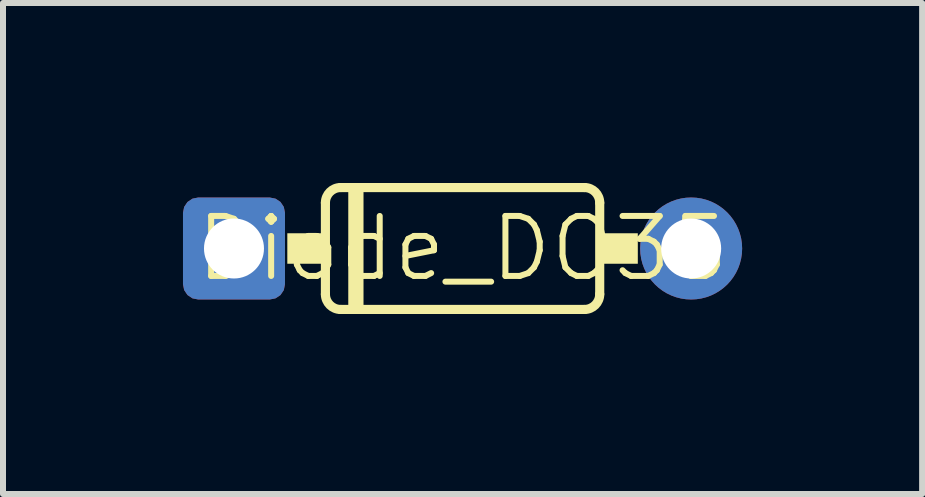
<source format=kicad_pcb>
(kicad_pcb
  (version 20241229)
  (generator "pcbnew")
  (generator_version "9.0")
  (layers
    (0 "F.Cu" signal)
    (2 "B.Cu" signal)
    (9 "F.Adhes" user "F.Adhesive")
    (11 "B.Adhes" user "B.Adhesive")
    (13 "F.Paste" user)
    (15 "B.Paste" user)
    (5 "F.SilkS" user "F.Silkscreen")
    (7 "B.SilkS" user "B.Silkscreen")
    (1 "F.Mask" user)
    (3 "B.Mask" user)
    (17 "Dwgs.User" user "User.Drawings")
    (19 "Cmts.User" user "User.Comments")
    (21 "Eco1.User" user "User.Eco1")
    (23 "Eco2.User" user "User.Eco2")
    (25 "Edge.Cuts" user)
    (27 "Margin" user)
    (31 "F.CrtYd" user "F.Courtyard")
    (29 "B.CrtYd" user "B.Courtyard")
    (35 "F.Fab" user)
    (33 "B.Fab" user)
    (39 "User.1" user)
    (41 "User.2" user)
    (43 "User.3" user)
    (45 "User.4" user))
  (footprint "Diode_DO35"
    (layer "F.Cu")
    (at 4.66 1.092)
    (property "Reference" "Diode_DO35" (at 0 0 0) (layer "F.SilkS") (effects (font (size 1 1) (thickness 0.1))))
    (attr through_hole)
    (fp_line (start -2.286 -0.762) (end -2.286 0.762) (stroke (width 0.152) (type solid)) (layer "F.SilkS"))
    (fp_line (start -2.032 -1.016) (end 2.032 -1.016) (stroke (width 0.152) (type solid)) (layer "F.SilkS"))
    (fp_line (start -2.032 1.016) (end 2.032 1.016) (stroke (width 0.152) (type solid)) (layer "F.SilkS"))
    (fp_line (start 2.286 -0.762) (end 2.286 0.762) (stroke (width 0.152) (type solid)) (layer "F.SilkS"))
    (fp_arc (start -2.286 -0.762) (mid -2.211605 -0.941605) (end -2.032 -1.016) (stroke (width 0.1524) (type solid)) (layer "F.SilkS"))
    (fp_arc (start -2.032 1.016) (mid -2.211605 0.941605) (end -2.286 0.762) (stroke (width 0.1524) (type solid)) (layer "F.SilkS"))
    (fp_arc (start 2.032 -1.016) (mid 2.211605 -0.941605) (end 2.286 -0.762) (stroke (width 0.1524) (type solid)) (layer "F.SilkS"))
    (fp_arc (start 2.286 0.762) (mid 2.211605 0.941605) (end 2.032 1.016) (stroke (width 0.1524) (type solid)) (layer "F.SilkS"))
    (fp_poly (pts (xy -2.921 0.254) (xy -2.286 0.254) (xy -2.286 -0.254) (xy -2.921 -0.254)) (stroke (width 0) (type solid)) (fill yes) (layer "F.SilkS"))
    (fp_poly (pts (xy -1.905 1.016) (xy -1.651 1.016) (xy -1.651 -1.016) (xy -1.905 -1.016)) (stroke (width 0) (type solid)) (fill yes) (layer "F.SilkS"))
    (fp_poly (pts (xy 2.286 0.254) (xy 2.921 0.254) (xy 2.921 -0.254) (xy 2.286 -0.254)) (stroke (width 0) (type solid)) (fill yes) (layer "F.SilkS"))
    (pad "1" thru_hole roundrect (at -3.81 0) (size 1.7 1.7) (drill 1) (layers "*.Cu" "*.Mask") (roundrect_rratio 0.15))
    (pad "2" thru_hole circle (at 3.81 0) (size 1.7 1.7) (drill 1) (layers "*.Cu" "*.Mask")))
  (gr_rect
    (start -3 -3)
    (end 12.32 5.184)
    (stroke (width 0.1) (type default))
    (fill no)
    (layer "Edge.Cuts")))
</source>
